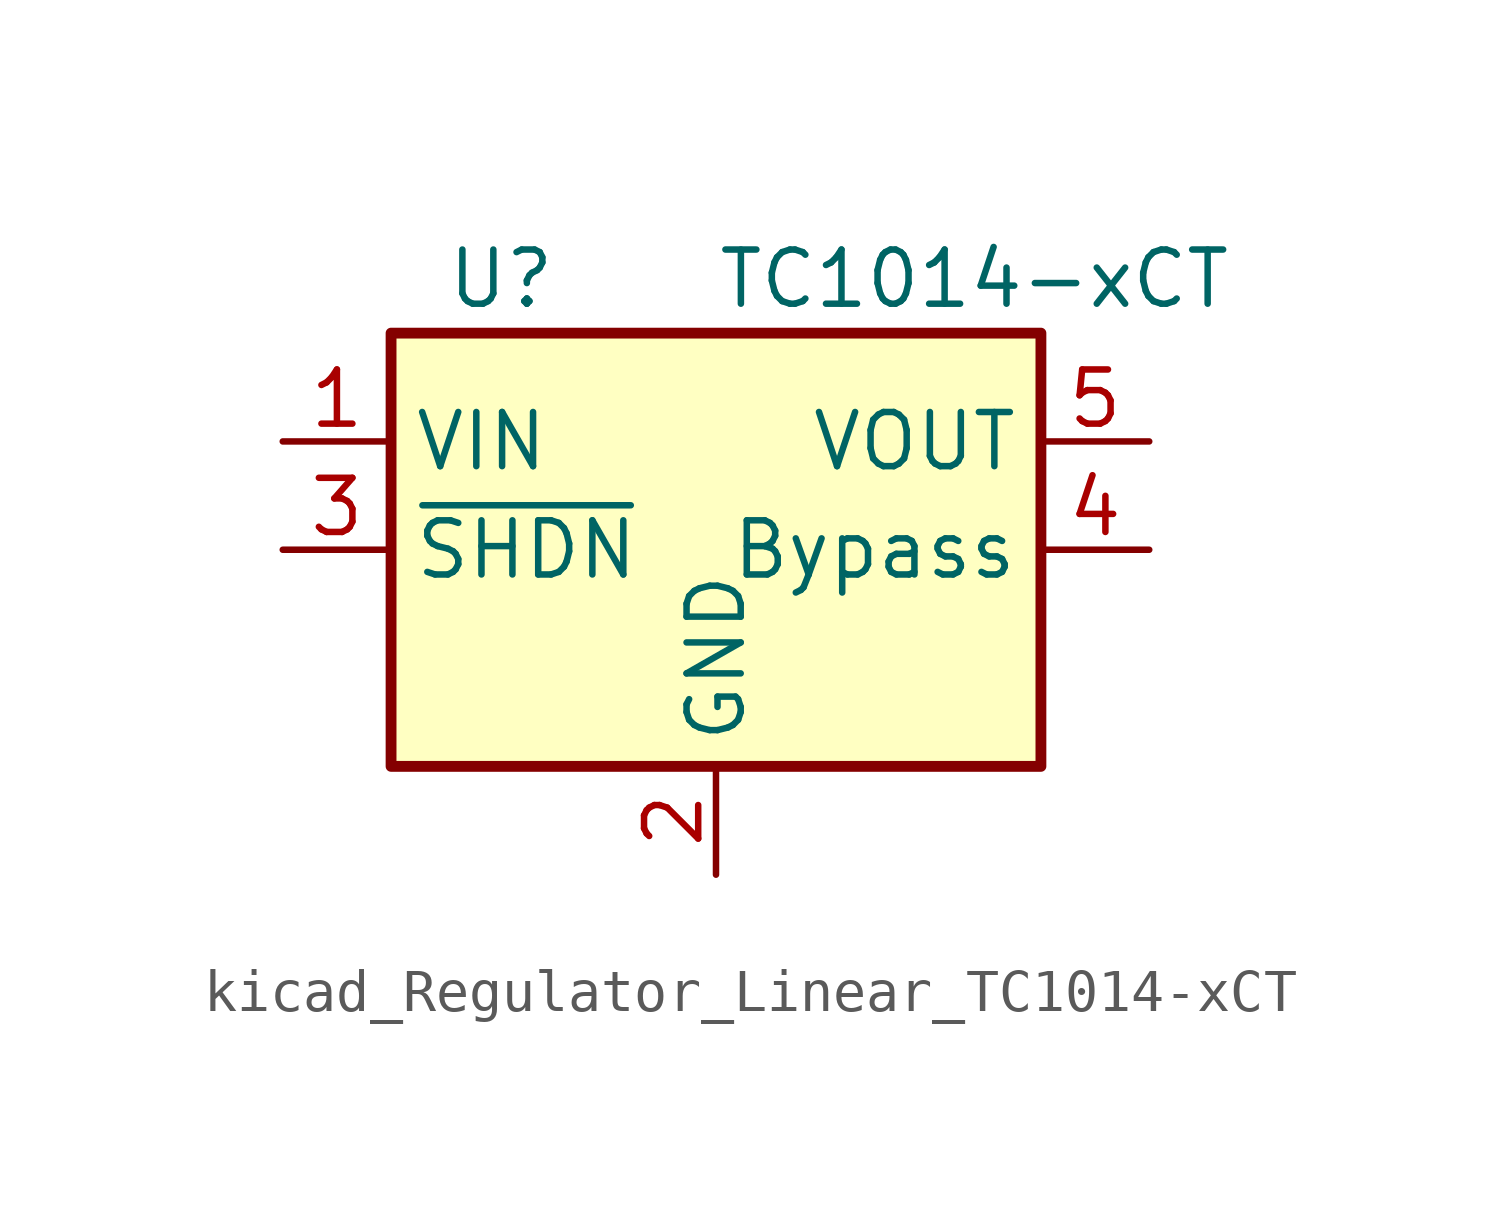
<source format=kicad_sym>
(kicad_symbol_lib
  (version 20220914)
  (generator kicad_symbol_editor)
  (symbol "kicad_Regulator_Linear_TC1014-xCT"
    (property "Reference" "U"
      (at -6.35 6.35 0)
      (effects (font (size 1.27 1.27)) (justify left)))
    (property "Value" "TC1014-xCT"
      (at 0 6.35 0)
      (effects (font (size 1.27 1.27)) (justify left)))
    (symbol "kicad_Regulator_Linear_TC1014-xCT_0_1"
      (rectangle (start -7.62 5.08) (end 7.62 -5.08) (stroke (width 0.254) (type default)) (fill (type background))))
    (symbol "kicad_Regulator_Linear_TC1014-xCT_1_1"
      (pin power_in line (at -10.16 2.54 0) (length 2.54) (name "VIN" (effects (font (size 1.27 1.27)))) (number "1" (effects (font (size 1.27 1.27)))))
      (pin power_in line (at 0 -7.62 90) (length 2.54) (name "GND" (effects (font (size 1.27 1.27)))) (number "2" (effects (font (size 1.27 1.27)))))
      (pin input line (at -10.16 0 0) (length 2.54) (name "~{SHDN}" (effects (font (size 1.27 1.27)))) (number "3" (effects (font (size 1.27 1.27)))))
      (pin passive line (at 10.16 0 180) (length 2.54) (name "Bypass" (effects (font (size 1.27 1.27)))) (number "4" (effects (font (size 1.27 1.27)))))
      (pin power_out line (at 10.16 2.54 180) (length 2.54) (name "VOUT" (effects (font (size 1.27 1.27)))) (number "5" (effects (font (size 1.27 1.27))))))))
</source>
